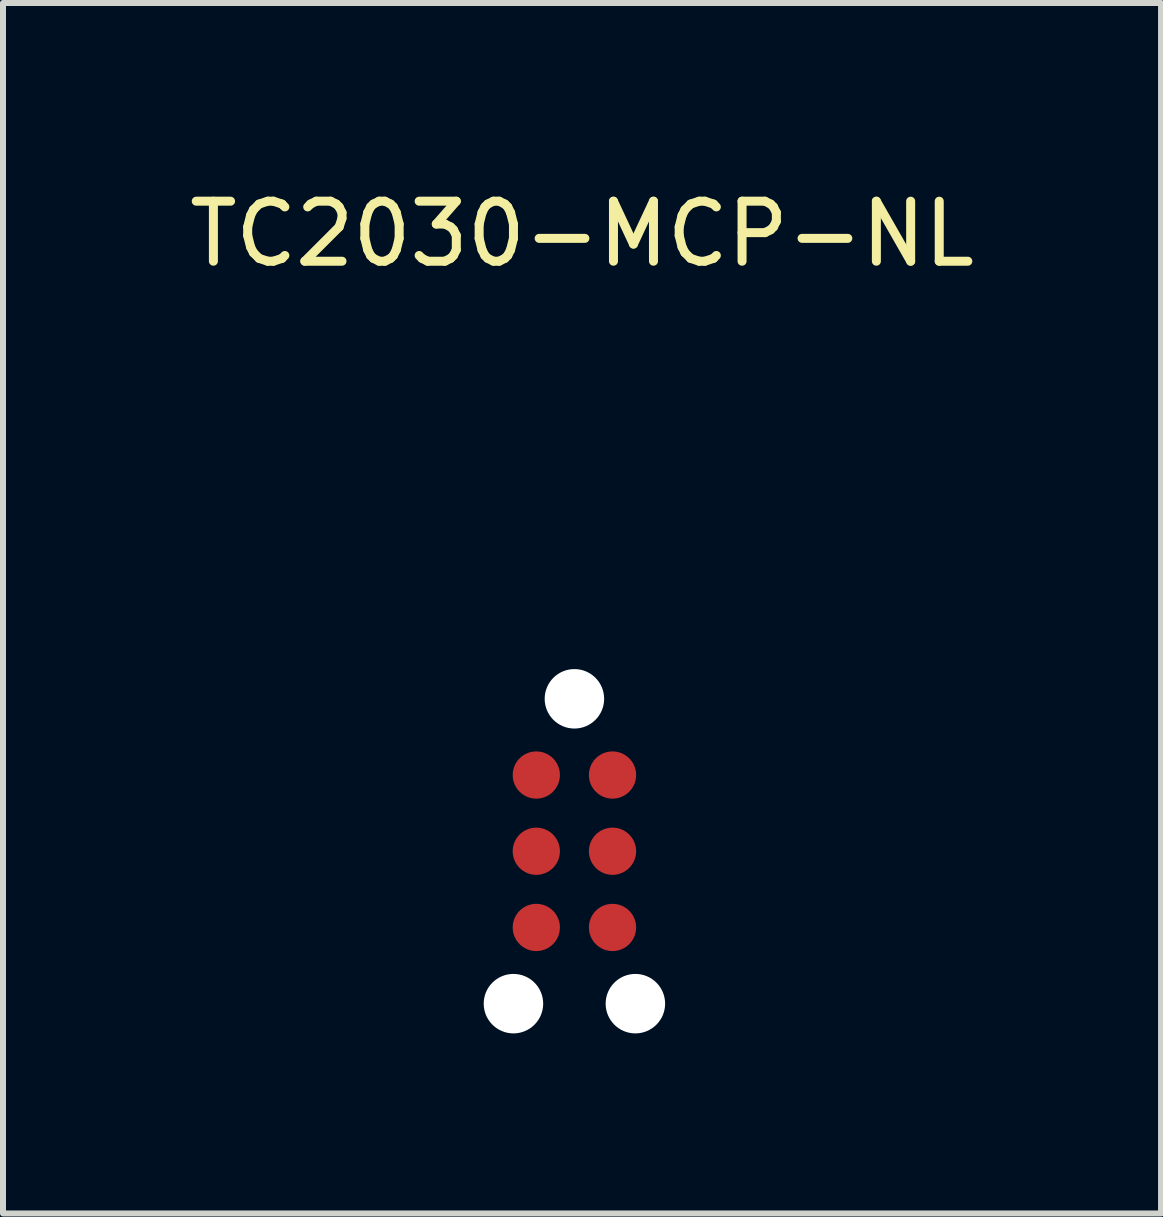
<source format=kicad_pcb>
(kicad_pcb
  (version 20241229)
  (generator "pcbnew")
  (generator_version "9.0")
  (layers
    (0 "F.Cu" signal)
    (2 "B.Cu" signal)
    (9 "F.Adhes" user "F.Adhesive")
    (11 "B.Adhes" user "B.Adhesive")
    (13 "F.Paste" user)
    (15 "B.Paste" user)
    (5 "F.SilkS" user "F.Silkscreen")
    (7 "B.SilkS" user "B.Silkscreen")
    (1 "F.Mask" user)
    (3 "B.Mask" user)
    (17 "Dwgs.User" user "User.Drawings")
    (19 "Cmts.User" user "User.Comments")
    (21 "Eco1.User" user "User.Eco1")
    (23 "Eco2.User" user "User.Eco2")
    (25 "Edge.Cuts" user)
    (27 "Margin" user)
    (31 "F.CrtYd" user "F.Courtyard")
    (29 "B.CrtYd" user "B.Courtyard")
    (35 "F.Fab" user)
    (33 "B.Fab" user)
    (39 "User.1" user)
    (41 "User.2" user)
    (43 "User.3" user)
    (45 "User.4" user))
  (footprint "TC2030-MCP-NL"
    (layer "F.Cu")
    (at 6.522 8.595)
    (property "Reference" "TC2030-MCP-NL" (at 0.127 -7.747 0) (layer "F.SilkS") (effects (font (size 1 1) (thickness 0.15))))
    (attr through_hole)
    (pad "" np_thru_hole circle (at -1.016 5.08) (size 0.991 0.991) (drill 0.991) (layers "*.Cu" "*.Mask"))
    (pad "" np_thru_hole circle (at 0 0) (size 0.991 0.991) (drill 0.991) (layers "*.Cu" "*.Mask"))
    (pad "" np_thru_hole circle (at 1.016 5.08) (size 0.991 0.991) (drill 0.991) (layers "*.Cu" "*.Mask"))
    (pad "1" smd circle (at -0.635 1.27) (size 0.787 0.787) (layers "F.Cu" "F.Mask"))
    (pad "2" smd circle (at 0.635 1.27) (size 0.787 0.787) (layers "F.Cu" "F.Mask"))
    (pad "3" smd circle (at -0.635 2.54) (size 0.787 0.787) (layers "F.Cu" "F.Mask"))
    (pad "4" smd circle (at 0.635 2.54) (size 0.787 0.787) (layers "F.Cu" "F.Mask"))
    (pad "5" smd circle (at -0.635 3.81) (size 0.787 0.787) (layers "F.Cu" "F.Mask"))
    (pad "6" smd circle (at 0.635 3.81) (size 0.787 0.787) (layers "F.Cu" "F.Mask")))
  (gr_rect
    (start -3 -3)
    (end 16.298 17.171)
    (stroke (width 0.1) (type default))
    (fill no)
    (layer "Edge.Cuts")))
</source>
